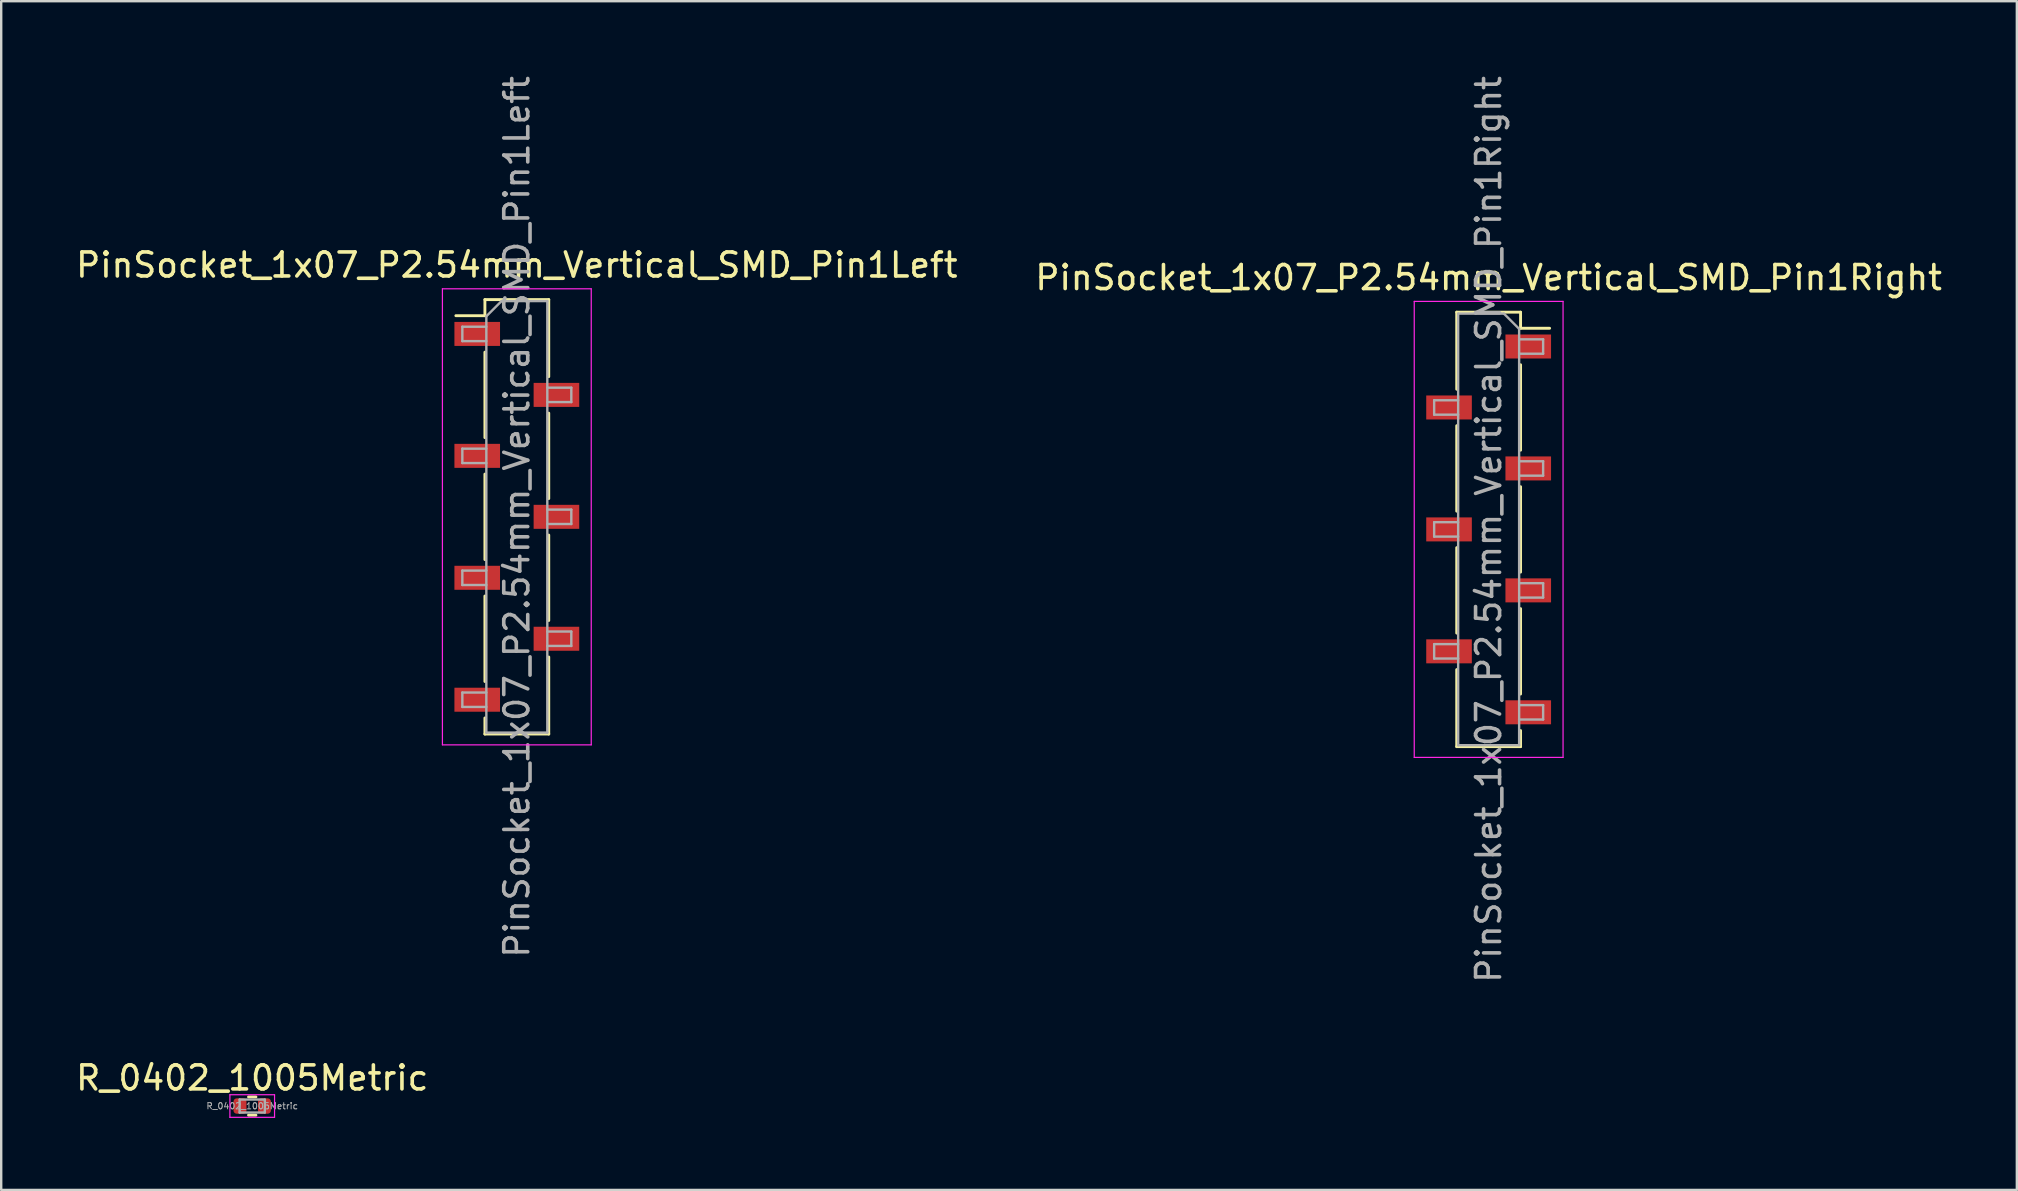
<source format=kicad_pcb>
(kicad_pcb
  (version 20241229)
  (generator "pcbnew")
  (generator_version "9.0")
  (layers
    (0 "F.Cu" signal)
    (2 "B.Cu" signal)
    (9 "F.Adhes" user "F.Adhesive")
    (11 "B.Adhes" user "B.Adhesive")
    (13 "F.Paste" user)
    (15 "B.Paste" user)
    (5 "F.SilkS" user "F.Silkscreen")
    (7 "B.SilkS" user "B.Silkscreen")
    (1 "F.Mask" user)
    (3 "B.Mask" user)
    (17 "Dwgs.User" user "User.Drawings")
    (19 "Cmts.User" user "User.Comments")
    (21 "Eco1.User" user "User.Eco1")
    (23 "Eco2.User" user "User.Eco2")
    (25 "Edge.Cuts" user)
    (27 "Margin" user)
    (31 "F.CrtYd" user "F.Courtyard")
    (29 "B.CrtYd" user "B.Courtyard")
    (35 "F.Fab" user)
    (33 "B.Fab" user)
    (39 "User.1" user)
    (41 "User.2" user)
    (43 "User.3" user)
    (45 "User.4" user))
  (footprint "PinSocket_1x07_P2.54mm_Vertical_SMD_Pin1Left"
    (layer "F.Cu")
    (at 18.482 18.482)
    (property "Reference" "PinSocket_1x07_P2.54mm_Vertical_SMD_Pin1Left" (at 0 -10.49 180) (layer "F.SilkS") (effects (font (size 1 1) (thickness 0.15))))
    (attr smd)
    (fp_line (start -2.54 -8.38) (end -1.33 -8.38) (stroke (width 0.12) (type solid)) (layer "F.SilkS"))
    (fp_line (start -1.33 -9.05) (end -1.33 -8.38) (stroke (width 0.12) (type solid)) (layer "F.SilkS"))
    (fp_line (start -1.33 -9.05) (end 1.33 -9.05) (stroke (width 0.12) (type solid)) (layer "F.SilkS"))
    (fp_line (start -1.33 -6.86) (end -1.33 -3.3) (stroke (width 0.12) (type solid)) (layer "F.SilkS"))
    (fp_line (start -1.33 -1.78) (end -1.33 1.78) (stroke (width 0.12) (type solid)) (layer "F.SilkS"))
    (fp_line (start -1.33 3.3) (end -1.33 6.86) (stroke (width 0.12) (type solid)) (layer "F.SilkS"))
    (fp_line (start -1.33 8.38) (end -1.33 9.05) (stroke (width 0.12) (type solid)) (layer "F.SilkS"))
    (fp_line (start -1.33 9.05) (end 1.33 9.05) (stroke (width 0.12) (type solid)) (layer "F.SilkS"))
    (fp_line (start 1.33 -9.05) (end 1.33 -5.84) (stroke (width 0.12) (type solid)) (layer "F.SilkS"))
    (fp_line (start 1.33 -4.32) (end 1.33 -0.76) (stroke (width 0.12) (type solid)) (layer "F.SilkS"))
    (fp_line (start 1.33 0.76) (end 1.33 4.32) (stroke (width 0.12) (type solid)) (layer "F.SilkS"))
    (fp_line (start 1.33 5.84) (end 1.33 9.05) (stroke (width 0.12) (type solid)) (layer "F.SilkS"))
    (fp_line (start -3.1 -9.5) (end 3.1 -9.5) (stroke (width 0.05) (type solid)) (layer "F.CrtYd"))
    (fp_line (start -3.1 9.5) (end -3.1 -9.5) (stroke (width 0.05) (type solid)) (layer "F.CrtYd"))
    (fp_line (start 3.1 -9.5) (end 3.1 9.5) (stroke (width 0.05) (type solid)) (layer "F.CrtYd"))
    (fp_line (start 3.1 9.5) (end -3.1 9.5) (stroke (width 0.05) (type solid)) (layer "F.CrtYd"))
    (fp_line (start -2.27 -7.92) (end -1.27 -7.92) (stroke (width 0.1) (type solid)) (layer "F.Fab"))
    (fp_line (start -2.27 -7.32) (end -2.27 -7.92) (stroke (width 0.1) (type solid)) (layer "F.Fab"))
    (fp_line (start -2.27 -2.84) (end -1.27 -2.84) (stroke (width 0.1) (type solid)) (layer "F.Fab"))
    (fp_line (start -2.27 -2.24) (end -2.27 -2.84) (stroke (width 0.1) (type solid)) (layer "F.Fab"))
    (fp_line (start -2.27 2.24) (end -1.27 2.24) (stroke (width 0.1) (type solid)) (layer "F.Fab"))
    (fp_line (start -2.27 2.84) (end -2.27 2.24) (stroke (width 0.1) (type solid)) (layer "F.Fab"))
    (fp_line (start -2.27 7.32) (end -1.27 7.32) (stroke (width 0.1) (type solid)) (layer "F.Fab"))
    (fp_line (start -2.27 7.92) (end -2.27 7.32) (stroke (width 0.1) (type solid)) (layer "F.Fab"))
    (fp_line (start -1.27 -8.355) (end -0.635 -8.99) (stroke (width 0.1) (type solid)) (layer "F.Fab"))
    (fp_line (start -1.27 -7.32) (end -2.27 -7.32) (stroke (width 0.1) (type solid)) (layer "F.Fab"))
    (fp_line (start -1.27 -2.24) (end -2.27 -2.24) (stroke (width 0.1) (type solid)) (layer "F.Fab"))
    (fp_line (start -1.27 2.84) (end -2.27 2.84) (stroke (width 0.1) (type solid)) (layer "F.Fab"))
    (fp_line (start -1.27 7.92) (end -2.27 7.92) (stroke (width 0.1) (type solid)) (layer "F.Fab"))
    (fp_line (start -1.27 8.99) (end -1.27 -8.355) (stroke (width 0.1) (type solid)) (layer "F.Fab"))
    (fp_line (start -0.635 -8.99) (end 1.27 -8.99) (stroke (width 0.1) (type solid)) (layer "F.Fab"))
    (fp_line (start 1.27 -8.99) (end 1.27 8.99) (stroke (width 0.1) (type solid)) (layer "F.Fab"))
    (fp_line (start 1.27 -5.38) (end 2.27 -5.38) (stroke (width 0.1) (type solid)) (layer "F.Fab"))
    (fp_line (start 1.27 -0.3) (end 2.27 -0.3) (stroke (width 0.1) (type solid)) (layer "F.Fab"))
    (fp_line (start 1.27 4.78) (end 2.27 4.78) (stroke (width 0.1) (type solid)) (layer "F.Fab"))
    (fp_line (start 1.27 8.99) (end -1.27 8.99) (stroke (width 0.1) (type solid)) (layer "F.Fab"))
    (fp_line (start 2.27 -5.38) (end 2.27 -4.78) (stroke (width 0.1) (type solid)) (layer "F.Fab"))
    (fp_line (start 2.27 -4.78) (end 1.27 -4.78) (stroke (width 0.1) (type solid)) (layer "F.Fab"))
    (fp_line (start 2.27 -0.3) (end 2.27 0.3) (stroke (width 0.1) (type solid)) (layer "F.Fab"))
    (fp_line (start 2.27 0.3) (end 1.27 0.3) (stroke (width 0.1) (type solid)) (layer "F.Fab"))
    (fp_line (start 2.27 4.78) (end 2.27 5.38) (stroke (width 0.1) (type solid)) (layer "F.Fab"))
    (fp_line (start 2.27 5.38) (end 1.27 5.38) (stroke (width 0.1) (type solid)) (layer "F.Fab"))
    (fp_text user "${REFERENCE}" (at 0 0 90) (layer "F.Fab") (effects (font (size 1 1) (thickness 0.15))))
    (pad "1" smd rect (at -1.65 -7.62) (size 1.9 1) (layers "F.Cu" "F.Mask" "F.Paste"))
    (pad "2" smd rect (at 1.65 -5.08) (size 1.9 1) (layers "F.Cu" "F.Mask" "F.Paste"))
    (pad "3" smd rect (at -1.65 -2.54) (size 1.9 1) (layers "F.Cu" "F.Mask" "F.Paste"))
    (pad "4" smd rect (at 1.65 0) (size 1.9 1) (layers "F.Cu" "F.Mask" "F.Paste"))
    (pad "5" smd rect (at -1.65 2.54) (size 1.9 1) (layers "F.Cu" "F.Mask" "F.Paste"))
    (pad "6" smd rect (at 1.65 5.08) (size 1.9 1) (layers "F.Cu" "F.Mask" "F.Paste"))
    (pad "7" smd rect (at -1.65 7.62) (size 1.9 1) (layers "F.Cu" "F.Mask" "F.Paste")))
  (footprint "R_0402_1005Metric"
    (layer "F.Cu")
    (at 7.458 43.03)
    (property "Reference" "R_0402_1005Metric" (at 0 -1.17 0) (layer "F.SilkS") (effects (font (size 1 1) (thickness 0.15))))
    (attr smd)
    (fp_line (start -0.154 -0.38) (end 0.154 -0.38) (stroke (width 0.12) (type solid)) (layer "F.SilkS"))
    (fp_line (start -0.154 0.38) (end 0.154 0.38) (stroke (width 0.12) (type solid)) (layer "F.SilkS"))
    (fp_line (start -0.93 -0.47) (end 0.93 -0.47) (stroke (width 0.05) (type solid)) (layer "F.CrtYd"))
    (fp_line (start -0.93 0.47) (end -0.93 -0.47) (stroke (width 0.05) (type solid)) (layer "F.CrtYd"))
    (fp_line (start 0.93 -0.47) (end 0.93 0.47) (stroke (width 0.05) (type solid)) (layer "F.CrtYd"))
    (fp_line (start 0.93 0.47) (end -0.93 0.47) (stroke (width 0.05) (type solid)) (layer "F.CrtYd"))
    (fp_line (start -0.525 -0.27) (end 0.525 -0.27) (stroke (width 0.1) (type solid)) (layer "F.Fab"))
    (fp_line (start -0.525 0.27) (end -0.525 -0.27) (stroke (width 0.1) (type solid)) (layer "F.Fab"))
    (fp_line (start 0.525 -0.27) (end 0.525 0.27) (stroke (width 0.1) (type solid)) (layer "F.Fab"))
    (fp_line (start 0.525 0.27) (end -0.525 0.27) (stroke (width 0.1) (type solid)) (layer "F.Fab"))
    (fp_text user "${REFERENCE}" (at 0 0 0) (layer "F.Fab") (effects (font (size 0.26 0.26) (thickness 0.04))))
    (pad "1" smd roundrect (at -0.51 0) (size 0.54 0.64) (layers "F.Cu" "F.Mask" "F.Paste") (roundrect_rratio 0.25))
    (pad "2" smd roundrect (at 0.51 0) (size 0.54 0.64) (layers "F.Cu" "F.Mask" "F.Paste") (roundrect_rratio 0.25)))
  (footprint "PinSocket_1x07_P2.54mm_Vertical_SMD_Pin1Right"
    (layer "F.Cu")
    (at 58.97 19.006)
    (property "Reference" "PinSocket_1x07_P2.54mm_Vertical_SMD_Pin1Right" (at 0 -10.49 0) (layer "F.SilkS") (effects (font (size 1 1) (thickness 0.15))))
    (attr smd)
    (fp_line (start -1.33 -9.05) (end -1.33 -5.84) (stroke (width 0.12) (type solid)) (layer "F.SilkS"))
    (fp_line (start -1.33 -9.05) (end 1.33 -9.05) (stroke (width 0.12) (type solid)) (layer "F.SilkS"))
    (fp_line (start -1.33 -4.32) (end -1.33 -0.76) (stroke (width 0.12) (type solid)) (layer "F.SilkS"))
    (fp_line (start -1.33 0.76) (end -1.33 4.32) (stroke (width 0.12) (type solid)) (layer "F.SilkS"))
    (fp_line (start -1.33 5.84) (end -1.33 9.05) (stroke (width 0.12) (type solid)) (layer "F.SilkS"))
    (fp_line (start -1.33 9.05) (end 1.33 9.05) (stroke (width 0.12) (type solid)) (layer "F.SilkS"))
    (fp_line (start 1.33 -9.05) (end 1.33 -8.38) (stroke (width 0.12) (type solid)) (layer "F.SilkS"))
    (fp_line (start 1.33 -8.38) (end 2.54 -8.38) (stroke (width 0.12) (type solid)) (layer "F.SilkS"))
    (fp_line (start 1.33 -6.86) (end 1.33 -3.3) (stroke (width 0.12) (type solid)) (layer "F.SilkS"))
    (fp_line (start 1.33 -1.78) (end 1.33 1.78) (stroke (width 0.12) (type solid)) (layer "F.SilkS"))
    (fp_line (start 1.33 3.3) (end 1.33 6.86) (stroke (width 0.12) (type solid)) (layer "F.SilkS"))
    (fp_line (start 1.33 8.38) (end 1.33 9.05) (stroke (width 0.12) (type solid)) (layer "F.SilkS"))
    (fp_line (start -3.1 -9.5) (end 3.1 -9.5) (stroke (width 0.05) (type solid)) (layer "F.CrtYd"))
    (fp_line (start -3.1 9.5) (end -3.1 -9.5) (stroke (width 0.05) (type solid)) (layer "F.CrtYd"))
    (fp_line (start 3.1 -9.5) (end 3.1 9.5) (stroke (width 0.05) (type solid)) (layer "F.CrtYd"))
    (fp_line (start 3.1 9.5) (end -3.1 9.5) (stroke (width 0.05) (type solid)) (layer "F.CrtYd"))
    (fp_line (start -2.27 -5.38) (end -1.27 -5.38) (stroke (width 0.1) (type solid)) (layer "F.Fab"))
    (fp_line (start -2.27 -4.78) (end -2.27 -5.38) (stroke (width 0.1) (type solid)) (layer "F.Fab"))
    (fp_line (start -2.27 -0.3) (end -1.27 -0.3) (stroke (width 0.1) (type solid)) (layer "F.Fab"))
    (fp_line (start -2.27 0.3) (end -2.27 -0.3) (stroke (width 0.1) (type solid)) (layer "F.Fab"))
    (fp_line (start -2.27 4.78) (end -1.27 4.78) (stroke (width 0.1) (type solid)) (layer "F.Fab"))
    (fp_line (start -2.27 5.38) (end -2.27 4.78) (stroke (width 0.1) (type solid)) (layer "F.Fab"))
    (fp_line (start -1.27 -8.99) (end 0.635 -8.99) (stroke (width 0.1) (type solid)) (layer "F.Fab"))
    (fp_line (start -1.27 -4.78) (end -2.27 -4.78) (stroke (width 0.1) (type solid)) (layer "F.Fab"))
    (fp_line (start -1.27 0.3) (end -2.27 0.3) (stroke (width 0.1) (type solid)) (layer "F.Fab"))
    (fp_line (start -1.27 5.38) (end -2.27 5.38) (stroke (width 0.1) (type solid)) (layer "F.Fab"))
    (fp_line (start -1.27 8.99) (end -1.27 -8.99) (stroke (width 0.1) (type solid)) (layer "F.Fab"))
    (fp_line (start 0.635 -8.99) (end 1.27 -8.355) (stroke (width 0.1) (type solid)) (layer "F.Fab"))
    (fp_line (start 1.27 -8.355) (end 1.27 8.99) (stroke (width 0.1) (type solid)) (layer "F.Fab"))
    (fp_line (start 1.27 -7.92) (end 2.27 -7.92) (stroke (width 0.1) (type solid)) (layer "F.Fab"))
    (fp_line (start 1.27 -2.84) (end 2.27 -2.84) (stroke (width 0.1) (type solid)) (layer "F.Fab"))
    (fp_line (start 1.27 2.24) (end 2.27 2.24) (stroke (width 0.1) (type solid)) (layer "F.Fab"))
    (fp_line (start 1.27 7.32) (end 2.27 7.32) (stroke (width 0.1) (type solid)) (layer "F.Fab"))
    (fp_line (start 1.27 8.99) (end -1.27 8.99) (stroke (width 0.1) (type solid)) (layer "F.Fab"))
    (fp_line (start 2.27 -7.92) (end 2.27 -7.32) (stroke (width 0.1) (type solid)) (layer "F.Fab"))
    (fp_line (start 2.27 -7.32) (end 1.27 -7.32) (stroke (width 0.1) (type solid)) (layer "F.Fab"))
    (fp_line (start 2.27 -2.84) (end 2.27 -2.24) (stroke (width 0.1) (type solid)) (layer "F.Fab"))
    (fp_line (start 2.27 -2.24) (end 1.27 -2.24) (stroke (width 0.1) (type solid)) (layer "F.Fab"))
    (fp_line (start 2.27 2.24) (end 2.27 2.84) (stroke (width 0.1) (type solid)) (layer "F.Fab"))
    (fp_line (start 2.27 2.84) (end 1.27 2.84) (stroke (width 0.1) (type solid)) (layer "F.Fab"))
    (fp_line (start 2.27 7.32) (end 2.27 7.92) (stroke (width 0.1) (type solid)) (layer "F.Fab"))
    (fp_line (start 2.27 7.92) (end 1.27 7.92) (stroke (width 0.1) (type solid)) (layer "F.Fab"))
    (fp_text user "${REFERENCE}" (at 0 0 270) (layer "F.Fab") (effects (font (size 1 1) (thickness 0.15))))
    (pad "1" smd rect (at 1.65 -7.62) (size 1.9 1) (layers "F.Cu" "F.Mask" "F.Paste"))
    (pad "2" smd rect (at -1.65 -5.08) (size 1.9 1) (layers "F.Cu" "F.Mask" "F.Paste"))
    (pad "3" smd rect (at 1.65 -2.54) (size 1.9 1) (layers "F.Cu" "F.Mask" "F.Paste"))
    (pad "4" smd rect (at -1.65 0) (size 1.9 1) (layers "F.Cu" "F.Mask" "F.Paste"))
    (pad "5" smd rect (at 1.65 2.54) (size 1.9 1) (layers "F.Cu" "F.Mask" "F.Paste"))
    (pad "6" smd rect (at -1.65 5.08) (size 1.9 1) (layers "F.Cu" "F.Mask" "F.Paste"))
    (pad "7" smd rect (at 1.65 7.62) (size 1.9 1) (layers "F.Cu" "F.Mask" "F.Paste")))
  (gr_rect
    (start -3 -3)
    (end 80.976 46.525)
    (stroke (width 0.1) (type default))
    (fill no)
    (layer "Edge.Cuts")))
</source>
